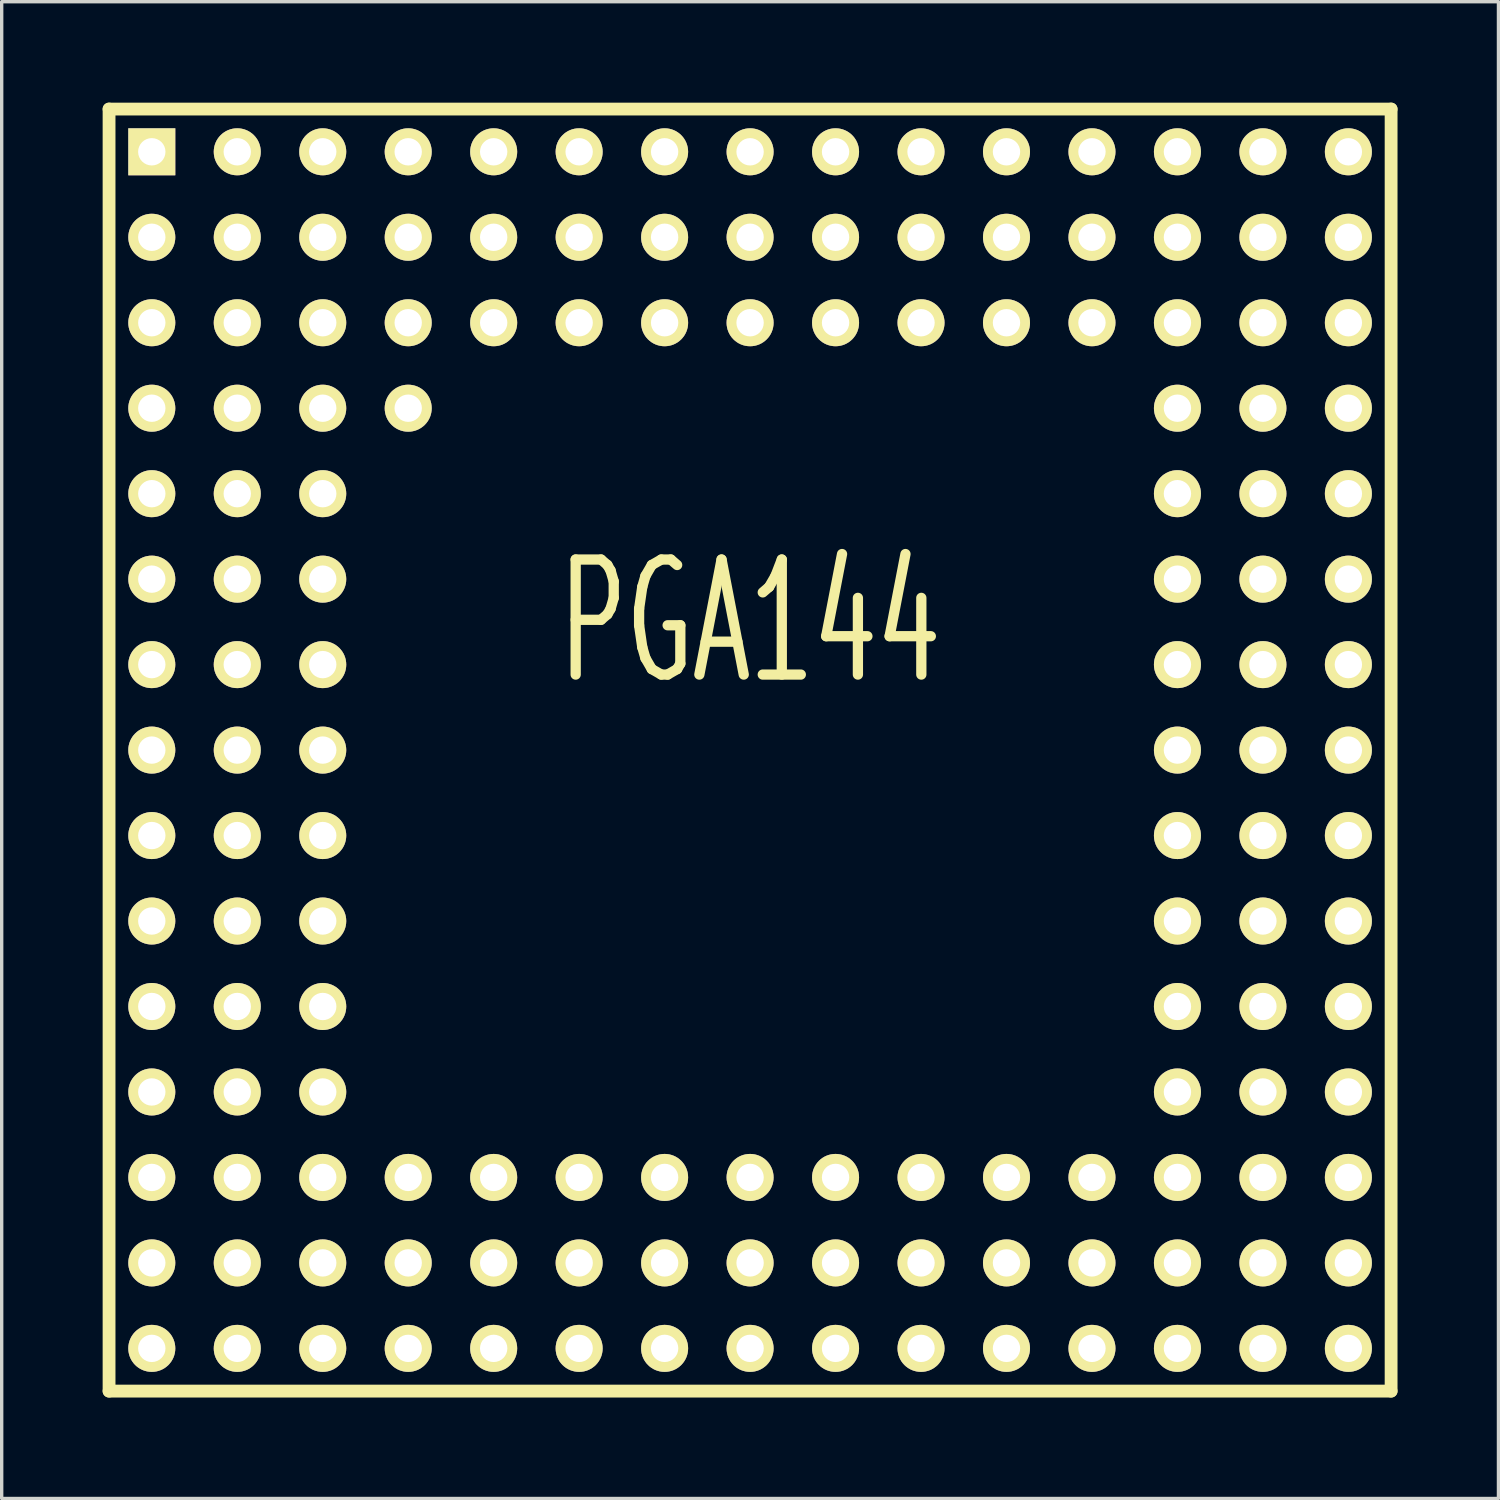
<source format=kicad_pcb>
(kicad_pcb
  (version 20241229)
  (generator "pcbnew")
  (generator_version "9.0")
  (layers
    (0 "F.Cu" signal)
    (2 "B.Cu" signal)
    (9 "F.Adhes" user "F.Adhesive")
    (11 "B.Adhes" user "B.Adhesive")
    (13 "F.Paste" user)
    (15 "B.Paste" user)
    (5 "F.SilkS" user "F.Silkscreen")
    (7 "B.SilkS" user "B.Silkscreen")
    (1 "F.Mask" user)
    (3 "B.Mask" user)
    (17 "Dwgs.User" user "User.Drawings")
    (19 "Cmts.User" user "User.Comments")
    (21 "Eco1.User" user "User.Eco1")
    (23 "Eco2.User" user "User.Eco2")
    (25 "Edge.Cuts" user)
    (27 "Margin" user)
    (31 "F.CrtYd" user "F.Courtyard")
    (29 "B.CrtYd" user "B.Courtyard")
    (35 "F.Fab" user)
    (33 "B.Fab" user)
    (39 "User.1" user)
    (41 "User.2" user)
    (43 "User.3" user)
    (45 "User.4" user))
  (footprint "PGA144"
    (layer "F.Cu")
    (at 19.241 19.241)
    (property "Reference" "PGA144" (at 0 -3.81 0) (layer "F.SilkS") (effects (font (size 3.419 1.979) (thickness 0.305))))
    (attr through_hole)
    (fp_line (start -19.05 -19.05) (end -19.05 19.05) (stroke (width 0.381) (type solid)) (layer "F.SilkS"))
    (fp_line (start -19.05 19.05) (end 19.05 19.05) (stroke (width 0.381) (type solid)) (layer "F.SilkS"))
    (fp_line (start 19.05 -19.05) (end -19.05 -19.05) (stroke (width 0.381) (type solid)) (layer "F.SilkS"))
    (fp_line (start 19.05 19.05) (end 19.05 -19.05) (stroke (width 0.381) (type solid)) (layer "F.SilkS"))
    (pad "A1" thru_hole rect (at -17.78 -17.78) (size 1.397 1.397) (drill 0.813) (layers "*.Cu" "*.Mask" "F.SilkS"))
    (pad "A2" thru_hole circle (at -15.24 -17.78) (size 1.397 1.397) (drill 0.813) (layers "*.Cu" "*.Mask" "F.SilkS"))
    (pad "A3" thru_hole circle (at -12.7 -17.78) (size 1.397 1.397) (drill 0.813) (layers "*.Cu" "*.Mask" "F.SilkS"))
    (pad "A4" thru_hole circle (at -10.16 -17.78) (size 1.397 1.397) (drill 0.813) (layers "*.Cu" "*.Mask" "F.SilkS"))
    (pad "A5" thru_hole circle (at -7.62 -17.78) (size 1.397 1.397) (drill 0.813) (layers "*.Cu" "*.Mask" "F.SilkS"))
    (pad "A6" thru_hole circle (at -5.08 -17.78) (size 1.397 1.397) (drill 0.813) (layers "*.Cu" "*.Mask" "F.SilkS"))
    (pad "A7" thru_hole circle (at -2.54 -17.78) (size 1.397 1.397) (drill 0.813) (layers "*.Cu" "*.Mask" "F.SilkS"))
    (pad "A8" thru_hole circle (at 0 -17.78) (size 1.397 1.397) (drill 0.813) (layers "*.Cu" "*.Mask" "F.SilkS"))
    (pad "A9" thru_hole circle (at 2.54 -17.78) (size 1.397 1.397) (drill 0.813) (layers "*.Cu" "*.Mask" "F.SilkS"))
    (pad "A10" thru_hole circle (at 5.08 -17.78) (size 1.397 1.397) (drill 0.813) (layers "*.Cu" "*.Mask" "F.SilkS"))
    (pad "A11" thru_hole circle (at 7.62 -17.78) (size 1.397 1.397) (drill 0.813) (layers "*.Cu" "*.Mask" "F.SilkS"))
    (pad "A12" thru_hole circle (at 10.16 -17.78) (size 1.397 1.397) (drill 0.813) (layers "*.Cu" "*.Mask" "F.SilkS"))
    (pad "A13" thru_hole circle (at 12.7 -17.78) (size 1.397 1.397) (drill 0.813) (layers "*.Cu" "*.Mask" "F.SilkS"))
    (pad "A14" thru_hole circle (at 15.24 -17.78) (size 1.397 1.397) (drill 0.813) (layers "*.Cu" "*.Mask" "F.SilkS"))
    (pad "A15" thru_hole circle (at 17.78 -17.78) (size 1.397 1.397) (drill 0.813) (layers "*.Cu" "*.Mask" "F.SilkS"))
    (pad "B1" thru_hole circle (at -17.78 -15.24) (size 1.397 1.397) (drill 0.813) (layers "*.Cu" "*.Mask" "F.SilkS"))
    (pad "B2" thru_hole circle (at -15.24 -15.24) (size 1.397 1.397) (drill 0.813) (layers "*.Cu" "*.Mask" "F.SilkS"))
    (pad "B3" thru_hole circle (at -12.7 -15.24) (size 1.397 1.397) (drill 0.813) (layers "*.Cu" "*.Mask" "F.SilkS"))
    (pad "B4" thru_hole circle (at -10.16 -15.24) (size 1.397 1.397) (drill 0.813) (layers "*.Cu" "*.Mask" "F.SilkS"))
    (pad "B5" thru_hole circle (at -7.62 -15.24) (size 1.397 1.397) (drill 0.813) (layers "*.Cu" "*.Mask" "F.SilkS"))
    (pad "B6" thru_hole circle (at -5.08 -15.24) (size 1.397 1.397) (drill 0.813) (layers "*.Cu" "*.Mask" "F.SilkS"))
    (pad "B7" thru_hole circle (at -2.54 -15.24) (size 1.397 1.397) (drill 0.813) (layers "*.Cu" "*.Mask" "F.SilkS"))
    (pad "B8" thru_hole circle (at 0 -15.24) (size 1.397 1.397) (drill 0.813) (layers "*.Cu" "*.Mask" "F.SilkS"))
    (pad "B9" thru_hole circle (at 2.54 -15.24) (size 1.397 1.397) (drill 0.813) (layers "*.Cu" "*.Mask" "F.SilkS"))
    (pad "B10" thru_hole circle (at 5.08 -15.24) (size 1.397 1.397) (drill 0.813) (layers "*.Cu" "*.Mask" "F.SilkS"))
    (pad "B11" thru_hole circle (at 7.62 -15.24) (size 1.397 1.397) (drill 0.813) (layers "*.Cu" "*.Mask" "F.SilkS"))
    (pad "B12" thru_hole circle (at 10.16 -15.24) (size 1.397 1.397) (drill 0.813) (layers "*.Cu" "*.Mask" "F.SilkS"))
    (pad "B13" thru_hole circle (at 12.7 -15.24) (size 1.397 1.397) (drill 0.813) (layers "*.Cu" "*.Mask" "F.SilkS"))
    (pad "B14" thru_hole circle (at 15.24 -15.24) (size 1.397 1.397) (drill 0.813) (layers "*.Cu" "*.Mask" "F.SilkS"))
    (pad "B15" thru_hole circle (at 17.78 -15.24) (size 1.397 1.397) (drill 0.813) (layers "*.Cu" "*.Mask" "F.SilkS"))
    (pad "C1" thru_hole circle (at -17.78 -12.7) (size 1.397 1.397) (drill 0.813) (layers "*.Cu" "*.Mask" "F.SilkS"))
    (pad "C2" thru_hole circle (at -15.24 -12.7) (size 1.397 1.397) (drill 0.813) (layers "*.Cu" "*.Mask" "F.SilkS"))
    (pad "C3" thru_hole circle (at -12.7 -12.7) (size 1.397 1.397) (drill 0.813) (layers "*.Cu" "*.Mask" "F.SilkS"))
    (pad "C4" thru_hole circle (at -10.16 -12.7) (size 1.397 1.397) (drill 0.813) (layers "*.Cu" "*.Mask" "F.SilkS"))
    (pad "C5" thru_hole circle (at -7.62 -12.7) (size 1.397 1.397) (drill 0.813) (layers "*.Cu" "*.Mask" "F.SilkS"))
    (pad "C6" thru_hole circle (at -5.08 -12.7) (size 1.397 1.397) (drill 0.813) (layers "*.Cu" "*.Mask" "F.SilkS"))
    (pad "C7" thru_hole circle (at -2.54 -12.7) (size 1.397 1.397) (drill 0.813) (layers "*.Cu" "*.Mask" "F.SilkS"))
    (pad "C8" thru_hole circle (at 0 -12.7) (size 1.397 1.397) (drill 0.813) (layers "*.Cu" "*.Mask" "F.SilkS"))
    (pad "C9" thru_hole circle (at 2.54 -12.7) (size 1.397 1.397) (drill 0.813) (layers "*.Cu" "*.Mask" "F.SilkS"))
    (pad "C10" thru_hole circle (at 5.08 -12.7) (size 1.397 1.397) (drill 0.813) (layers "*.Cu" "*.Mask" "F.SilkS"))
    (pad "C11" thru_hole circle (at 7.62 -12.7) (size 1.397 1.397) (drill 0.813) (layers "*.Cu" "*.Mask" "F.SilkS"))
    (pad "C12" thru_hole circle (at 10.16 -12.7) (size 1.397 1.397) (drill 0.813) (layers "*.Cu" "*.Mask" "F.SilkS"))
    (pad "C13" thru_hole circle (at 12.7 -12.7) (size 1.397 1.397) (drill 0.813) (layers "*.Cu" "*.Mask" "F.SilkS"))
    (pad "C14" thru_hole circle (at 15.24 -12.7) (size 1.397 1.397) (drill 0.813) (layers "*.Cu" "*.Mask" "F.SilkS"))
    (pad "C15" thru_hole circle (at 17.78 -12.7) (size 1.397 1.397) (drill 0.813) (layers "*.Cu" "*.Mask" "F.SilkS"))
    (pad "D1" thru_hole circle (at -17.78 -10.16) (size 1.397 1.397) (drill 0.813) (layers "*.Cu" "*.Mask" "F.SilkS"))
    (pad "D2" thru_hole circle (at -15.24 -10.16) (size 1.397 1.397) (drill 0.813) (layers "*.Cu" "*.Mask" "F.SilkS"))
    (pad "D3" thru_hole circle (at -12.7 -10.16) (size 1.397 1.397) (drill 0.813) (layers "*.Cu" "*.Mask" "F.SilkS"))
    (pad "D4" thru_hole circle (at -10.16 -10.16) (size 1.397 1.397) (drill 0.813) (layers "*.Cu" "*.Mask" "F.SilkS"))
    (pad "D13" thru_hole circle (at 12.7 -10.16) (size 1.397 1.397) (drill 0.813) (layers "*.Cu" "*.Mask" "F.SilkS"))
    (pad "D14" thru_hole circle (at 15.24 -10.16) (size 1.397 1.397) (drill 0.813) (layers "*.Cu" "*.Mask" "F.SilkS"))
    (pad "D15" thru_hole circle (at 17.78 -10.16) (size 1.397 1.397) (drill 0.813) (layers "*.Cu" "*.Mask" "F.SilkS"))
    (pad "E1" thru_hole circle (at -17.78 -7.62) (size 1.397 1.397) (drill 0.813) (layers "*.Cu" "*.Mask" "F.SilkS"))
    (pad "E2" thru_hole circle (at -15.24 -7.62) (size 1.397 1.397) (drill 0.813) (layers "*.Cu" "*.Mask" "F.SilkS"))
    (pad "E3" thru_hole circle (at -12.7 -7.62) (size 1.397 1.397) (drill 0.813) (layers "*.Cu" "*.Mask" "F.SilkS"))
    (pad "E13" thru_hole circle (at 12.7 -7.62) (size 1.397 1.397) (drill 0.813) (layers "*.Cu" "*.Mask" "F.SilkS"))
    (pad "E14" thru_hole circle (at 15.24 -7.62) (size 1.397 1.397) (drill 0.813) (layers "*.Cu" "*.Mask" "F.SilkS"))
    (pad "E15" thru_hole circle (at 17.78 -7.62) (size 1.397 1.397) (drill 0.813) (layers "*.Cu" "*.Mask" "F.SilkS"))
    (pad "F1" thru_hole circle (at -17.78 -5.08) (size 1.397 1.397) (drill 0.813) (layers "*.Cu" "*.Mask" "F.SilkS"))
    (pad "F2" thru_hole circle (at -15.24 -5.08) (size 1.397 1.397) (drill 0.813) (layers "*.Cu" "*.Mask" "F.SilkS"))
    (pad "F3" thru_hole circle (at -12.7 -5.08) (size 1.397 1.397) (drill 0.813) (layers "*.Cu" "*.Mask" "F.SilkS"))
    (pad "F13" thru_hole circle (at 12.7 -5.08) (size 1.397 1.397) (drill 0.813) (layers "*.Cu" "*.Mask" "F.SilkS"))
    (pad "F14" thru_hole circle (at 15.24 -5.08) (size 1.397 1.397) (drill 0.813) (layers "*.Cu" "*.Mask" "F.SilkS"))
    (pad "F15" thru_hole circle (at 17.78 -5.08) (size 1.397 1.397) (drill 0.813) (layers "*.Cu" "*.Mask" "F.SilkS"))
    (pad "G1" thru_hole circle (at -17.78 -2.54) (size 1.397 1.397) (drill 0.813) (layers "*.Cu" "*.Mask" "F.SilkS"))
    (pad "G2" thru_hole circle (at -15.24 -2.54) (size 1.397 1.397) (drill 0.813) (layers "*.Cu" "*.Mask" "F.SilkS"))
    (pad "G3" thru_hole circle (at -12.7 -2.54) (size 1.397 1.397) (drill 0.813) (layers "*.Cu" "*.Mask" "F.SilkS"))
    (pad "G13" thru_hole circle (at 12.7 -2.54) (size 1.397 1.397) (drill 0.813) (layers "*.Cu" "*.Mask" "F.SilkS"))
    (pad "G14" thru_hole circle (at 15.24 -2.54) (size 1.397 1.397) (drill 0.813) (layers "*.Cu" "*.Mask" "F.SilkS"))
    (pad "G15" thru_hole circle (at 17.78 -2.54) (size 1.397 1.397) (drill 0.813) (layers "*.Cu" "*.Mask" "F.SilkS"))
    (pad "H1" thru_hole circle (at -17.78 0) (size 1.397 1.397) (drill 0.813) (layers "*.Cu" "*.Mask" "F.SilkS"))
    (pad "H2" thru_hole circle (at -15.24 0) (size 1.397 1.397) (drill 0.813) (layers "*.Cu" "*.Mask" "F.SilkS"))
    (pad "H3" thru_hole circle (at -12.7 0) (size 1.397 1.397) (drill 0.813) (layers "*.Cu" "*.Mask" "F.SilkS"))
    (pad "H13" thru_hole circle (at 12.7 0) (size 1.397 1.397) (drill 0.813) (layers "*.Cu" "*.Mask" "F.SilkS"))
    (pad "H14" thru_hole circle (at 15.24 0) (size 1.397 1.397) (drill 0.813) (layers "*.Cu" "*.Mask" "F.SilkS"))
    (pad "H15" thru_hole circle (at 17.78 0) (size 1.397 1.397) (drill 0.813) (layers "*.Cu" "*.Mask" "F.SilkS"))
    (pad "J1" thru_hole circle (at -17.78 2.54) (size 1.397 1.397) (drill 0.813) (layers "*.Cu" "*.Mask" "F.SilkS"))
    (pad "J2" thru_hole circle (at -15.24 2.54) (size 1.397 1.397) (drill 0.813) (layers "*.Cu" "*.Mask" "F.SilkS"))
    (pad "J3" thru_hole circle (at -12.7 2.54) (size 1.397 1.397) (drill 0.813) (layers "*.Cu" "*.Mask" "F.SilkS"))
    (pad "J13" thru_hole circle (at 12.7 2.54) (size 1.397 1.397) (drill 0.813) (layers "*.Cu" "*.Mask" "F.SilkS"))
    (pad "J14" thru_hole circle (at 15.24 2.54) (size 1.397 1.397) (drill 0.813) (layers "*.Cu" "*.Mask" "F.SilkS"))
    (pad "J15" thru_hole circle (at 17.78 2.54) (size 1.397 1.397) (drill 0.813) (layers "*.Cu" "*.Mask" "F.SilkS"))
    (pad "K1" thru_hole circle (at -17.78 5.08) (size 1.397 1.397) (drill 0.813) (layers "*.Cu" "*.Mask" "F.SilkS"))
    (pad "K2" thru_hole circle (at -15.24 5.08) (size 1.397 1.397) (drill 0.813) (layers "*.Cu" "*.Mask" "F.SilkS"))
    (pad "K3" thru_hole circle (at -12.7 5.08) (size 1.397 1.397) (drill 0.813) (layers "*.Cu" "*.Mask" "F.SilkS"))
    (pad "K13" thru_hole circle (at 12.7 5.08) (size 1.397 1.397) (drill 0.813) (layers "*.Cu" "*.Mask" "F.SilkS"))
    (pad "K14" thru_hole circle (at 15.24 5.08) (size 1.397 1.397) (drill 0.813) (layers "*.Cu" "*.Mask" "F.SilkS"))
    (pad "K15" thru_hole circle (at 17.78 5.08) (size 1.397 1.397) (drill 0.813) (layers "*.Cu" "*.Mask" "F.SilkS"))
    (pad "L1" thru_hole circle (at -17.78 7.62) (size 1.397 1.397) (drill 0.813) (layers "*.Cu" "*.Mask" "F.SilkS"))
    (pad "L2" thru_hole circle (at -15.24 7.62) (size 1.397 1.397) (drill 0.813) (layers "*.Cu" "*.Mask" "F.SilkS"))
    (pad "L3" thru_hole circle (at -12.7 7.62) (size 1.397 1.397) (drill 0.813) (layers "*.Cu" "*.Mask" "F.SilkS"))
    (pad "L13" thru_hole circle (at 12.7 7.62) (size 1.397 1.397) (drill 0.813) (layers "*.Cu" "*.Mask" "F.SilkS"))
    (pad "L14" thru_hole circle (at 15.24 7.62) (size 1.397 1.397) (drill 0.813) (layers "*.Cu" "*.Mask" "F.SilkS"))
    (pad "L15" thru_hole circle (at 17.78 7.62) (size 1.397 1.397) (drill 0.813) (layers "*.Cu" "*.Mask" "F.SilkS"))
    (pad "M1" thru_hole circle (at -17.78 10.16) (size 1.397 1.397) (drill 0.813) (layers "*.Cu" "*.Mask" "F.SilkS"))
    (pad "M2" thru_hole circle (at -15.24 10.16) (size 1.397 1.397) (drill 0.813) (layers "*.Cu" "*.Mask" "F.SilkS"))
    (pad "M3" thru_hole circle (at -12.7 10.16) (size 1.397 1.397) (drill 0.813) (layers "*.Cu" "*.Mask" "F.SilkS"))
    (pad "M13" thru_hole circle (at 12.7 10.16) (size 1.397 1.397) (drill 0.813) (layers "*.Cu" "*.Mask" "F.SilkS"))
    (pad "M14" thru_hole circle (at 15.24 10.16) (size 1.397 1.397) (drill 0.813) (layers "*.Cu" "*.Mask" "F.SilkS"))
    (pad "M15" thru_hole circle (at 17.78 10.16) (size 1.397 1.397) (drill 0.813) (layers "*.Cu" "*.Mask" "F.SilkS"))
    (pad "N1" thru_hole circle (at -17.78 12.7) (size 1.397 1.397) (drill 0.813) (layers "*.Cu" "*.Mask" "F.SilkS"))
    (pad "N2" thru_hole circle (at -15.24 12.7) (size 1.397 1.397) (drill 0.813) (layers "*.Cu" "*.Mask" "F.SilkS"))
    (pad "N3" thru_hole circle (at -12.7 12.7) (size 1.397 1.397) (drill 0.813) (layers "*.Cu" "*.Mask" "F.SilkS"))
    (pad "N4" thru_hole circle (at -10.16 12.7) (size 1.397 1.397) (drill 0.813) (layers "*.Cu" "*.Mask" "F.SilkS"))
    (pad "N5" thru_hole circle (at -7.62 12.7) (size 1.397 1.397) (drill 0.813) (layers "*.Cu" "*.Mask" "F.SilkS"))
    (pad "N6" thru_hole circle (at -5.08 12.7) (size 1.397 1.397) (drill 0.813) (layers "*.Cu" "*.Mask" "F.SilkS"))
    (pad "N7" thru_hole circle (at -2.54 12.7) (size 1.397 1.397) (drill 0.813) (layers "*.Cu" "*.Mask" "F.SilkS"))
    (pad "N8" thru_hole circle (at 0 12.7) (size 1.397 1.397) (drill 0.813) (layers "*.Cu" "*.Mask" "F.SilkS"))
    (pad "N9" thru_hole circle (at 2.54 12.7) (size 1.397 1.397) (drill 0.813) (layers "*.Cu" "*.Mask" "F.SilkS"))
    (pad "N10" thru_hole circle (at 5.08 12.7) (size 1.397 1.397) (drill 0.813) (layers "*.Cu" "*.Mask" "F.SilkS"))
    (pad "N11" thru_hole circle (at 7.62 12.7) (size 1.397 1.397) (drill 0.813) (layers "*.Cu" "*.Mask" "F.SilkS"))
    (pad "N12" thru_hole circle (at 10.16 12.7) (size 1.397 1.397) (drill 0.813) (layers "*.Cu" "*.Mask" "F.SilkS"))
    (pad "N13" thru_hole circle (at 12.7 12.7) (size 1.397 1.397) (drill 0.813) (layers "*.Cu" "*.Mask" "F.SilkS"))
    (pad "N14" thru_hole circle (at 15.24 12.7) (size 1.397 1.397) (drill 0.813) (layers "*.Cu" "*.Mask" "F.SilkS"))
    (pad "N15" thru_hole circle (at 17.78 12.7) (size 1.397 1.397) (drill 0.813) (layers "*.Cu" "*.Mask" "F.SilkS"))
    (pad "P1" thru_hole circle (at -17.78 15.24) (size 1.397 1.397) (drill 0.813) (layers "*.Cu" "*.Mask" "F.SilkS"))
    (pad "P2" thru_hole circle (at -15.24 15.24) (size 1.397 1.397) (drill 0.813) (layers "*.Cu" "*.Mask" "F.SilkS"))
    (pad "P3" thru_hole circle (at -12.7 15.24) (size 1.397 1.397) (drill 0.813) (layers "*.Cu" "*.Mask" "F.SilkS"))
    (pad "P4" thru_hole circle (at -10.16 15.24) (size 1.397 1.397) (drill 0.813) (layers "*.Cu" "*.Mask" "F.SilkS"))
    (pad "P5" thru_hole circle (at -7.62 15.24) (size 1.397 1.397) (drill 0.813) (layers "*.Cu" "*.Mask" "F.SilkS"))
    (pad "P6" thru_hole circle (at -5.08 15.24) (size 1.397 1.397) (drill 0.813) (layers "*.Cu" "*.Mask" "F.SilkS"))
    (pad "P7" thru_hole circle (at -2.54 15.24) (size 1.397 1.397) (drill 0.813) (layers "*.Cu" "*.Mask" "F.SilkS"))
    (pad "P8" thru_hole circle (at 0 15.24) (size 1.397 1.397) (drill 0.813) (layers "*.Cu" "*.Mask" "F.SilkS"))
    (pad "P9" thru_hole circle (at 2.54 15.24) (size 1.397 1.397) (drill 0.813) (layers "*.Cu" "*.Mask" "F.SilkS"))
    (pad "P10" thru_hole circle (at 5.08 15.24) (size 1.397 1.397) (drill 0.813) (layers "*.Cu" "*.Mask" "F.SilkS"))
    (pad "P11" thru_hole circle (at 7.62 15.24) (size 1.397 1.397) (drill 0.813) (layers "*.Cu" "*.Mask" "F.SilkS"))
    (pad "P12" thru_hole circle (at 10.16 15.24) (size 1.397 1.397) (drill 0.813) (layers "*.Cu" "*.Mask" "F.SilkS"))
    (pad "P13" thru_hole circle (at 12.7 15.24) (size 1.397 1.397) (drill 0.813) (layers "*.Cu" "*.Mask" "F.SilkS"))
    (pad "P14" thru_hole circle (at 15.24 15.24) (size 1.397 1.397) (drill 0.813) (layers "*.Cu" "*.Mask" "F.SilkS"))
    (pad "P15" thru_hole circle (at 17.78 15.24) (size 1.397 1.397) (drill 0.813) (layers "*.Cu" "*.Mask" "F.SilkS"))
    (pad "Q1" thru_hole circle (at -17.78 17.78) (size 1.397 1.397) (drill 0.813) (layers "*.Cu" "*.Mask" "F.SilkS"))
    (pad "Q2" thru_hole circle (at -15.24 17.78) (size 1.397 1.397) (drill 0.813) (layers "*.Cu" "*.Mask" "F.SilkS"))
    (pad "Q3" thru_hole circle (at -12.7 17.78) (size 1.397 1.397) (drill 0.813) (layers "*.Cu" "*.Mask" "F.SilkS"))
    (pad "Q4" thru_hole circle (at -10.16 17.78) (size 1.397 1.397) (drill 0.813) (layers "*.Cu" "*.Mask" "F.SilkS"))
    (pad "Q5" thru_hole circle (at -7.62 17.78) (size 1.397 1.397) (drill 0.813) (layers "*.Cu" "*.Mask" "F.SilkS"))
    (pad "Q6" thru_hole circle (at -5.08 17.78) (size 1.397 1.397) (drill 0.813) (layers "*.Cu" "*.Mask" "F.SilkS"))
    (pad "Q7" thru_hole circle (at -2.54 17.78) (size 1.397 1.397) (drill 0.813) (layers "*.Cu" "*.Mask" "F.SilkS"))
    (pad "Q8" thru_hole circle (at 0 17.78) (size 1.397 1.397) (drill 0.813) (layers "*.Cu" "*.Mask" "F.SilkS"))
    (pad "Q9" thru_hole circle (at 2.54 17.78) (size 1.397 1.397) (drill 0.813) (layers "*.Cu" "*.Mask" "F.SilkS"))
    (pad "Q10" thru_hole circle (at 5.08 17.78) (size 1.397 1.397) (drill 0.813) (layers "*.Cu" "*.Mask" "F.SilkS"))
    (pad "Q11" thru_hole circle (at 7.62 17.78) (size 1.397 1.397) (drill 0.813) (layers "*.Cu" "*.Mask" "F.SilkS"))
    (pad "Q12" thru_hole circle (at 10.16 17.78) (size 1.397 1.397) (drill 0.813) (layers "*.Cu" "*.Mask" "F.SilkS"))
    (pad "Q13" thru_hole circle (at 12.7 17.78) (size 1.397 1.397) (drill 0.813) (layers "*.Cu" "*.Mask" "F.SilkS"))
    (pad "Q14" thru_hole circle (at 15.24 17.78) (size 1.397 1.397) (drill 0.813) (layers "*.Cu" "*.Mask" "F.SilkS"))
    (pad "Q15" thru_hole circle (at 17.78 17.78) (size 1.397 1.397) (drill 0.813) (layers "*.Cu" "*.Mask" "F.SilkS")))
  (gr_rect
    (start -3 -3)
    (end 41.481 41.481)
    (stroke (width 0.1) (type default))
    (fill no)
    (layer "Edge.Cuts")))
</source>
